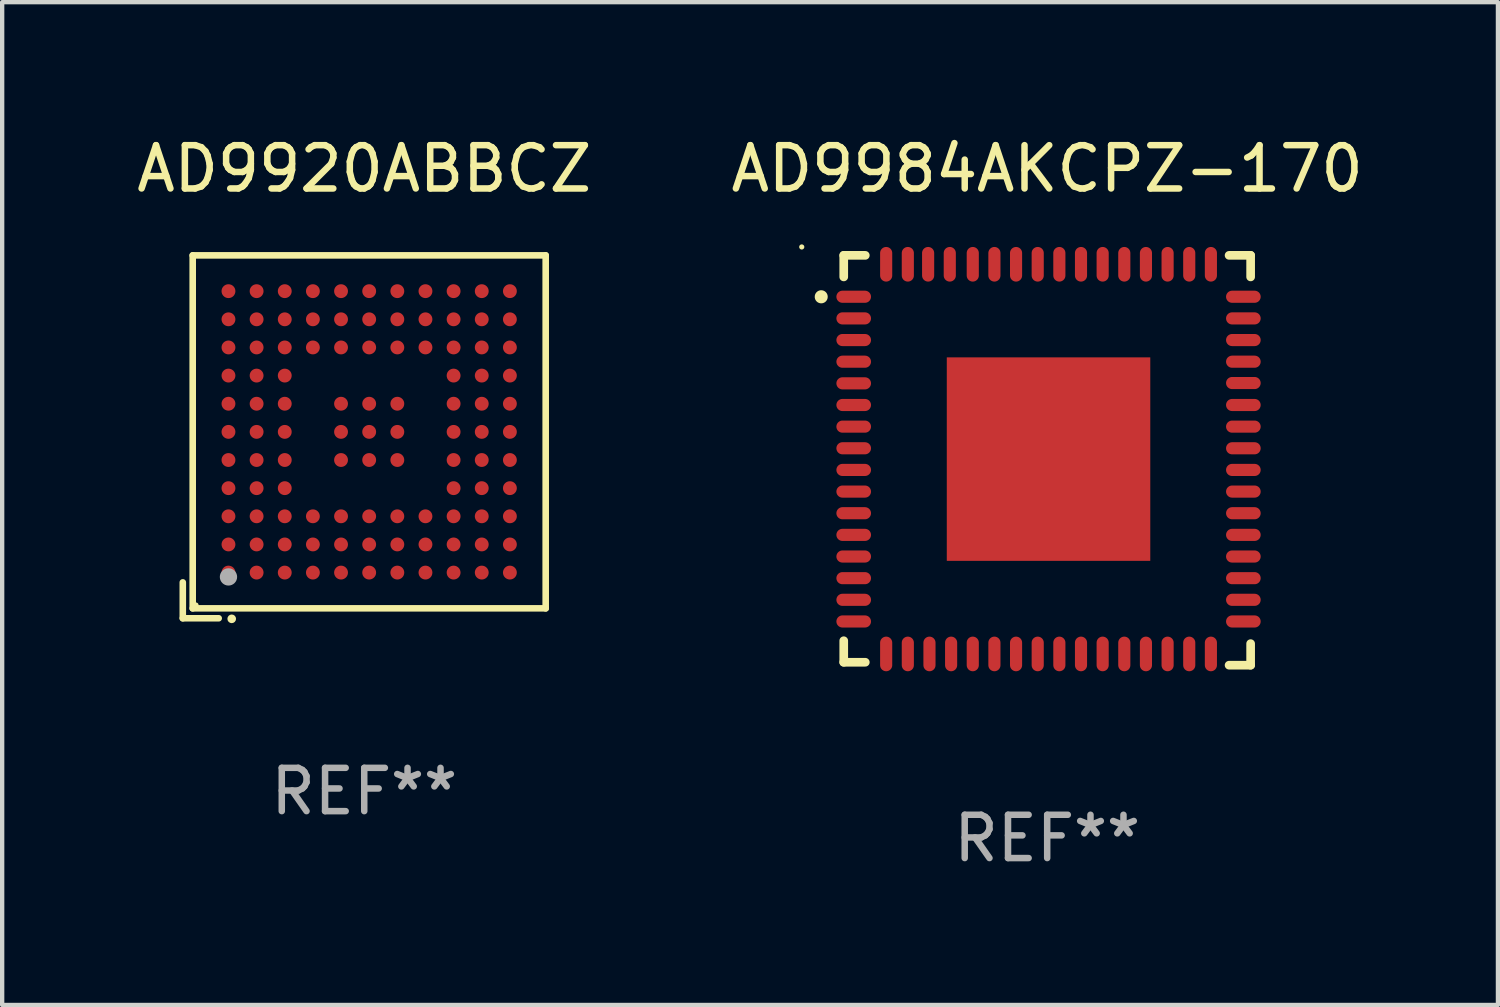
<source format=kicad_pcb>
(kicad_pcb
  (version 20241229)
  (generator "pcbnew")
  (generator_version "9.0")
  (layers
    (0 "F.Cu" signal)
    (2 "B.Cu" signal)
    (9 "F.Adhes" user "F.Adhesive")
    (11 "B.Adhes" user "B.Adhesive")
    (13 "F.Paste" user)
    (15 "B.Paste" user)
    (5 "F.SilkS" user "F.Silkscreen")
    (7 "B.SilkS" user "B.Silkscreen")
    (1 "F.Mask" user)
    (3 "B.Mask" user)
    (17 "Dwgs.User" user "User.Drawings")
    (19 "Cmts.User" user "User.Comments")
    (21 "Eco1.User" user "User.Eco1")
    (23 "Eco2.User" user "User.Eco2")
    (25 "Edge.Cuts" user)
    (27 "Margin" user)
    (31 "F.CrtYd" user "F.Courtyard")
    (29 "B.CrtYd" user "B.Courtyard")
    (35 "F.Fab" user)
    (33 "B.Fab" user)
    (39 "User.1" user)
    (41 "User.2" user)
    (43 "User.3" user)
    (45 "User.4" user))
  (footprint "AD9920ABBCZ"
    (layer "F.Cu")
    (at 5.363 7.039)
    (property "Reference" "AD9920ABBCZ" (at 0 -6.191 0) (layer "F.SilkS") (effects (font (size 1 1) (thickness 0.15))))
    (attr through_hole)
    (fp_line (start -4.191 3.362) (end -4.191 4.191) (stroke (width 0.152) (type solid)) (layer "F.SilkS"))
    (fp_line (start -4.191 4.191) (end -3.362 4.191) (stroke (width 0.152) (type solid)) (layer "F.SilkS"))
    (fp_line (start -3.962 -4.191) (end 4.191 -4.191) (stroke (width 0.152) (type solid)) (layer "F.SilkS"))
    (fp_line (start -3.962 3.962) (end -3.962 -4.191) (stroke (width 0.152) (type solid)) (layer "F.SilkS"))
    (fp_line (start 4.191 -4.191) (end 4.191 3.962) (stroke (width 0.152) (type solid)) (layer "F.SilkS"))
    (fp_line (start 4.191 3.962) (end -3.962 3.962) (stroke (width 0.152) (type solid)) (layer "F.SilkS"))
    (fp_circle (center -3.886 3.886) (end -3.856 3.886) (stroke (width 0.06) (type solid)) (fill no) (layer "F.SilkS"))
    (fp_circle (center -3.061 4.204) (end -3.011 4.204) (stroke (width 0.1) (type solid)) (fill no) (layer "F.SilkS"))
    (fp_circle (center -3.136 3.236) (end -3.036 3.236) (stroke (width 0.2) (type solid)) (fill no) (layer "F.Fab"))
    (fp_text user "REF**" (at 0 8.191 0) (layer "F.Fab") (effects (font (size 1 1) (thickness 0.15))))
    (pad "A1" smd circle (at -3.136 3.136) (size 0.32 0.32) (layers "F.Cu" "F.Mask" "F.Paste"))
    (pad "A2" smd circle (at -3.136 2.486) (size 0.32 0.32) (layers "F.Cu" "F.Mask" "F.Paste"))
    (pad "A3" smd circle (at -3.136 1.836) (size 0.32 0.32) (layers "F.Cu" "F.Mask" "F.Paste"))
    (pad "A4" smd circle (at -3.136 1.186) (size 0.32 0.32) (layers "F.Cu" "F.Mask" "F.Paste"))
    (pad "A5" smd circle (at -3.136 0.536) (size 0.32 0.32) (layers "F.Cu" "F.Mask" "F.Paste"))
    (pad "A6" smd circle (at -3.136 -0.114) (size 0.32 0.32) (layers "F.Cu" "F.Mask" "F.Paste"))
    (pad "A7" smd circle (at -3.136 -0.764) (size 0.32 0.32) (layers "F.Cu" "F.Mask" "F.Paste"))
    (pad "A8" smd circle (at -3.136 -1.414) (size 0.32 0.32) (layers "F.Cu" "F.Mask" "F.Paste"))
    (pad "A9" smd circle (at -3.136 -2.064) (size 0.32 0.32) (layers "F.Cu" "F.Mask" "F.Paste"))
    (pad "A10" smd circle (at -3.136 -2.714) (size 0.32 0.32) (layers "F.Cu" "F.Mask" "F.Paste"))
    (pad "A11" smd circle (at -3.136 -3.364) (size 0.32 0.32) (layers "F.Cu" "F.Mask" "F.Paste"))
    (pad "B1" smd circle (at -2.486 3.136) (size 0.32 0.32) (layers "F.Cu" "F.Mask" "F.Paste"))
    (pad "B2" smd circle (at -2.486 2.486) (size 0.32 0.32) (layers "F.Cu" "F.Mask" "F.Paste"))
    (pad "B3" smd circle (at -2.486 1.836) (size 0.32 0.32) (layers "F.Cu" "F.Mask" "F.Paste"))
    (pad "B4" smd circle (at -2.486 1.186) (size 0.32 0.32) (layers "F.Cu" "F.Mask" "F.Paste"))
    (pad "B5" smd circle (at -2.486 0.536) (size 0.32 0.32) (layers "F.Cu" "F.Mask" "F.Paste"))
    (pad "B6" smd circle (at -2.486 -0.114) (size 0.32 0.32) (layers "F.Cu" "F.Mask" "F.Paste"))
    (pad "B7" smd circle (at -2.486 -0.764) (size 0.32 0.32) (layers "F.Cu" "F.Mask" "F.Paste"))
    (pad "B8" smd circle (at -2.486 -1.414) (size 0.32 0.32) (layers "F.Cu" "F.Mask" "F.Paste"))
    (pad "B9" smd circle (at -2.486 -2.064) (size 0.32 0.32) (layers "F.Cu" "F.Mask" "F.Paste"))
    (pad "B10" smd circle (at -2.486 -2.714) (size 0.32 0.32) (layers "F.Cu" "F.Mask" "F.Paste"))
    (pad "B11" smd circle (at -2.486 -3.364) (size 0.32 0.32) (layers "F.Cu" "F.Mask" "F.Paste"))
    (pad "C1" smd circle (at -1.836 3.136) (size 0.32 0.32) (layers "F.Cu" "F.Mask" "F.Paste"))
    (pad "C2" smd circle (at -1.836 2.486) (size 0.32 0.32) (layers "F.Cu" "F.Mask" "F.Paste"))
    (pad "C3" smd circle (at -1.836 1.836) (size 0.32 0.32) (layers "F.Cu" "F.Mask" "F.Paste"))
    (pad "C4" smd circle (at -1.836 1.186) (size 0.32 0.32) (layers "F.Cu" "F.Mask" "F.Paste"))
    (pad "C5" smd circle (at -1.836 0.536) (size 0.32 0.32) (layers "F.Cu" "F.Mask" "F.Paste"))
    (pad "C6" smd circle (at -1.836 -0.114) (size 0.32 0.32) (layers "F.Cu" "F.Mask" "F.Paste"))
    (pad "C7" smd circle (at -1.836 -0.764) (size 0.32 0.32) (layers "F.Cu" "F.Mask" "F.Paste"))
    (pad "C8" smd circle (at -1.836 -1.414) (size 0.32 0.32) (layers "F.Cu" "F.Mask" "F.Paste"))
    (pad "C9" smd circle (at -1.836 -2.064) (size 0.32 0.32) (layers "F.Cu" "F.Mask" "F.Paste"))
    (pad "C10" smd circle (at -1.836 -2.714) (size 0.32 0.32) (layers "F.Cu" "F.Mask" "F.Paste"))
    (pad "C11" smd circle (at -1.836 -3.364) (size 0.32 0.32) (layers "F.Cu" "F.Mask" "F.Paste"))
    (pad "D1" smd circle (at -1.186 3.136) (size 0.32 0.32) (layers "F.Cu" "F.Mask" "F.Paste"))
    (pad "D2" smd circle (at -1.186 2.486) (size 0.32 0.32) (layers "F.Cu" "F.Mask" "F.Paste"))
    (pad "D3" smd circle (at -1.186 1.836) (size 0.32 0.32) (layers "F.Cu" "F.Mask" "F.Paste"))
    (pad "D9" smd circle (at -1.186 -2.064) (size 0.32 0.32) (layers "F.Cu" "F.Mask" "F.Paste"))
    (pad "D10" smd circle (at -1.186 -2.714) (size 0.32 0.32) (layers "F.Cu" "F.Mask" "F.Paste"))
    (pad "D11" smd circle (at -1.186 -3.364) (size 0.32 0.32) (layers "F.Cu" "F.Mask" "F.Paste"))
    (pad "E1" smd circle (at -0.536 3.136) (size 0.32 0.32) (layers "F.Cu" "F.Mask" "F.Paste"))
    (pad "E2" smd circle (at -0.536 2.486) (size 0.32 0.32) (layers "F.Cu" "F.Mask" "F.Paste"))
    (pad "E3" smd circle (at -0.536 1.836) (size 0.32 0.32) (layers "F.Cu" "F.Mask" "F.Paste"))
    (pad "E5" smd circle (at -0.536 0.536) (size 0.32 0.32) (layers "F.Cu" "F.Mask" "F.Paste"))
    (pad "E6" smd circle (at -0.536 -0.114) (size 0.32 0.32) (layers "F.Cu" "F.Mask" "F.Paste"))
    (pad "E7" smd circle (at -0.536 -0.764) (size 0.32 0.32) (layers "F.Cu" "F.Mask" "F.Paste"))
    (pad "E9" smd circle (at -0.536 -2.064) (size 0.32 0.32) (layers "F.Cu" "F.Mask" "F.Paste"))
    (pad "E10" smd circle (at -0.536 -2.714) (size 0.32 0.32) (layers "F.Cu" "F.Mask" "F.Paste"))
    (pad "E11" smd circle (at -0.536 -3.364) (size 0.32 0.32) (layers "F.Cu" "F.Mask" "F.Paste"))
    (pad "F1" smd circle (at 0.114 3.136) (size 0.32 0.32) (layers "F.Cu" "F.Mask" "F.Paste"))
    (pad "F2" smd circle (at 0.114 2.486) (size 0.32 0.32) (layers "F.Cu" "F.Mask" "F.Paste"))
    (pad "F3" smd circle (at 0.114 1.836) (size 0.32 0.32) (layers "F.Cu" "F.Mask" "F.Paste"))
    (pad "F5" smd circle (at 0.114 0.536) (size 0.32 0.32) (layers "F.Cu" "F.Mask" "F.Paste"))
    (pad "F6" smd circle (at 0.114 -0.114) (size 0.32 0.32) (layers "F.Cu" "F.Mask" "F.Paste"))
    (pad "F7" smd circle (at 0.114 -0.764) (size 0.32 0.32) (layers "F.Cu" "F.Mask" "F.Paste"))
    (pad "F9" smd circle (at 0.114 -2.064) (size 0.32 0.32) (layers "F.Cu" "F.Mask" "F.Paste"))
    (pad "F10" smd circle (at 0.114 -2.714) (size 0.32 0.32) (layers "F.Cu" "F.Mask" "F.Paste"))
    (pad "F11" smd circle (at 0.114 -3.364) (size 0.32 0.32) (layers "F.Cu" "F.Mask" "F.Paste"))
    (pad "G1" smd circle (at 0.764 3.136) (size 0.32 0.32) (layers "F.Cu" "F.Mask" "F.Paste"))
    (pad "G2" smd circle (at 0.764 2.486) (size 0.32 0.32) (layers "F.Cu" "F.Mask" "F.Paste"))
    (pad "G3" smd circle (at 0.764 1.836) (size 0.32 0.32) (layers "F.Cu" "F.Mask" "F.Paste"))
    (pad "G5" smd circle (at 0.764 0.536) (size 0.32 0.32) (layers "F.Cu" "F.Mask" "F.Paste"))
    (pad "G6" smd circle (at 0.764 -0.114) (size 0.32 0.32) (layers "F.Cu" "F.Mask" "F.Paste"))
    (pad "G7" smd circle (at 0.764 -0.764) (size 0.32 0.32) (layers "F.Cu" "F.Mask" "F.Paste"))
    (pad "G9" smd circle (at 0.764 -2.064) (size 0.32 0.32) (layers "F.Cu" "F.Mask" "F.Paste"))
    (pad "G10" smd circle (at 0.764 -2.714) (size 0.32 0.32) (layers "F.Cu" "F.Mask" "F.Paste"))
    (pad "G11" smd circle (at 0.764 -3.364) (size 0.32 0.32) (layers "F.Cu" "F.Mask" "F.Paste"))
    (pad "H1" smd circle (at 1.414 3.136) (size 0.32 0.32) (layers "F.Cu" "F.Mask" "F.Paste"))
    (pad "H2" smd circle (at 1.414 2.486) (size 0.32 0.32) (layers "F.Cu" "F.Mask" "F.Paste"))
    (pad "H3" smd circle (at 1.414 1.836) (size 0.32 0.32) (layers "F.Cu" "F.Mask" "F.Paste"))
    (pad "H9" smd circle (at 1.414 -2.064) (size 0.32 0.32) (layers "F.Cu" "F.Mask" "F.Paste"))
    (pad "H10" smd circle (at 1.414 -2.714) (size 0.32 0.32) (layers "F.Cu" "F.Mask" "F.Paste"))
    (pad "H11" smd circle (at 1.414 -3.364) (size 0.32 0.32) (layers "F.Cu" "F.Mask" "F.Paste"))
    (pad "J1" smd circle (at 2.064 3.136) (size 0.32 0.32) (layers "F.Cu" "F.Mask" "F.Paste"))
    (pad "J2" smd circle (at 2.064 2.486) (size 0.32 0.32) (layers "F.Cu" "F.Mask" "F.Paste"))
    (pad "J3" smd circle (at 2.064 1.836) (size 0.32 0.32) (layers "F.Cu" "F.Mask" "F.Paste"))
    (pad "J4" smd circle (at 2.064 1.186) (size 0.32 0.32) (layers "F.Cu" "F.Mask" "F.Paste"))
    (pad "J5" smd circle (at 2.064 0.536) (size 0.32 0.32) (layers "F.Cu" "F.Mask" "F.Paste"))
    (pad "J6" smd circle (at 2.064 -0.114) (size 0.32 0.32) (layers "F.Cu" "F.Mask" "F.Paste"))
    (pad "J7" smd circle (at 2.064 -0.764) (size 0.32 0.32) (layers "F.Cu" "F.Mask" "F.Paste"))
    (pad "J8" smd circle (at 2.064 -1.414) (size 0.32 0.32) (layers "F.Cu" "F.Mask" "F.Paste"))
    (pad "J9" smd circle (at 2.064 -2.064) (size 0.32 0.32) (layers "F.Cu" "F.Mask" "F.Paste"))
    (pad "J10" smd circle (at 2.064 -2.714) (size 0.32 0.32) (layers "F.Cu" "F.Mask" "F.Paste"))
    (pad "J11" smd circle (at 2.064 -3.364) (size 0.32 0.32) (layers "F.Cu" "F.Mask" "F.Paste"))
    (pad "K1" smd circle (at 2.714 3.136) (size 0.32 0.32) (layers "F.Cu" "F.Mask" "F.Paste"))
    (pad "K2" smd circle (at 2.714 2.486) (size 0.32 0.32) (layers "F.Cu" "F.Mask" "F.Paste"))
    (pad "K3" smd circle (at 2.714 1.836) (size 0.32 0.32) (layers "F.Cu" "F.Mask" "F.Paste"))
    (pad "K4" smd circle (at 2.714 1.186) (size 0.32 0.32) (layers "F.Cu" "F.Mask" "F.Paste"))
    (pad "K5" smd circle (at 2.714 0.536) (size 0.32 0.32) (layers "F.Cu" "F.Mask" "F.Paste"))
    (pad "K6" smd circle (at 2.714 -0.114) (size 0.32 0.32) (layers "F.Cu" "F.Mask" "F.Paste"))
    (pad "K7" smd circle (at 2.714 -0.764) (size 0.32 0.32) (layers "F.Cu" "F.Mask" "F.Paste"))
    (pad "K8" smd circle (at 2.714 -1.414) (size 0.32 0.32) (layers "F.Cu" "F.Mask" "F.Paste"))
    (pad "K9" smd circle (at 2.714 -2.064) (size 0.32 0.32) (layers "F.Cu" "F.Mask" "F.Paste"))
    (pad "K10" smd circle (at 2.714 -2.714) (size 0.32 0.32) (layers "F.Cu" "F.Mask" "F.Paste"))
    (pad "K11" smd circle (at 2.714 -3.364) (size 0.32 0.32) (layers "F.Cu" "F.Mask" "F.Paste"))
    (pad "L1" smd circle (at 3.364 3.136) (size 0.32 0.32) (layers "F.Cu" "F.Mask" "F.Paste"))
    (pad "L2" smd circle (at 3.364 2.486) (size 0.32 0.32) (layers "F.Cu" "F.Mask" "F.Paste"))
    (pad "L3" smd circle (at 3.364 1.836) (size 0.32 0.32) (layers "F.Cu" "F.Mask" "F.Paste"))
    (pad "L4" smd circle (at 3.364 1.186) (size 0.32 0.32) (layers "F.Cu" "F.Mask" "F.Paste"))
    (pad "L5" smd circle (at 3.364 0.536) (size 0.32 0.32) (layers "F.Cu" "F.Mask" "F.Paste"))
    (pad "L6" smd circle (at 3.364 -0.114) (size 0.32 0.32) (layers "F.Cu" "F.Mask" "F.Paste"))
    (pad "L7" smd circle (at 3.364 -0.764) (size 0.32 0.32) (layers "F.Cu" "F.Mask" "F.Paste"))
    (pad "L8" smd circle (at 3.364 -1.414) (size 0.32 0.32) (layers "F.Cu" "F.Mask" "F.Paste"))
    (pad "L9" smd circle (at 3.364 -2.064) (size 0.32 0.32) (layers "F.Cu" "F.Mask" "F.Paste"))
    (pad "L10" smd circle (at 3.364 -2.714) (size 0.32 0.32) (layers "F.Cu" "F.Mask" "F.Paste"))
    (pad "L11" smd circle (at 3.364 -3.364) (size 0.32 0.32) (layers "F.Cu" "F.Mask" "F.Paste")))
  (footprint "AD9984AKCPZ-170"
    (layer "F.Cu")
    (at 21.137 7.581)
    (property "Reference" "AD9984AKCPZ-170" (at 0 -6.733 0) (layer "F.SilkS") (effects (font (size 1 1) (thickness 0.15))))
    (attr through_hole)
    (fp_line (start -4.699 -4.733) (end -4.201 -4.733) (stroke (width 0.2) (type solid)) (layer "F.SilkS"))
    (fp_line (start -4.699 -4.235) (end -4.699 -4.733) (stroke (width 0.2) (type solid)) (layer "F.SilkS"))
    (fp_line (start -4.699 4.168) (end -4.699 4.665) (stroke (width 0.2) (type solid)) (layer "F.SilkS"))
    (fp_line (start -4.699 4.665) (end -4.201 4.665) (stroke (width 0.2) (type solid)) (layer "F.SilkS"))
    (fp_line (start 4.201 -4.733) (end 4.699 -4.733) (stroke (width 0.2) (type solid)) (layer "F.SilkS"))
    (fp_line (start 4.201 4.733) (end 4.699 4.733) (stroke (width 0.2) (type solid)) (layer "F.SilkS"))
    (fp_line (start 4.699 -4.733) (end 4.699 -4.235) (stroke (width 0.2) (type solid)) (layer "F.SilkS"))
    (fp_line (start 4.699 4.733) (end 4.699 4.235) (stroke (width 0.2) (type solid)) (layer "F.SilkS"))
    (fp_arc (start -5.219304 -3.774867) (mid -5.219309 -3.776137) (end -5.219304 -3.777407) (stroke (width 0.3) (type solid)) (layer "F.SilkS"))
    (fp_circle (center -5.669 -4.927) (end -5.639 -4.927) (stroke (width 0.06) (type solid)) (fill no) (layer "F.SilkS"))
    (fp_text user "REF**" (at 0 8.733 0) (layer "F.Fab") (effects (font (size 1 1) (thickness 0.15))))
    (pad "1" smd oval (at -4.469 -3.777 90) (size 0.28 0.8) (layers "F.Cu" "F.Mask" "F.Paste"))
    (pad "2" smd oval (at -4.469 -3.277 90) (size 0.28 0.8) (layers "F.Cu" "F.Mask" "F.Paste"))
    (pad "3" smd oval (at -4.469 -2.777 90) (size 0.28 0.8) (layers "F.Cu" "F.Mask" "F.Paste"))
    (pad "4" smd oval (at -4.469 -2.277 90) (size 0.28 0.8) (layers "F.Cu" "F.Mask" "F.Paste"))
    (pad "5" smd oval (at -4.469 -1.777 90) (size 0.28 0.8) (layers "F.Cu" "F.Mask" "F.Paste"))
    (pad "6" smd oval (at -4.469 -1.277 90) (size 0.28 0.8) (layers "F.Cu" "F.Mask" "F.Paste"))
    (pad "7" smd oval (at -4.469 -0.777 90) (size 0.28 0.8) (layers "F.Cu" "F.Mask" "F.Paste"))
    (pad "8" smd oval (at -4.469 -0.277 90) (size 0.28 0.8) (layers "F.Cu" "F.Mask" "F.Paste"))
    (pad "9" smd oval (at -4.469 0.223 90) (size 0.28 0.8) (layers "F.Cu" "F.Mask" "F.Paste"))
    (pad "10" smd oval (at -4.469 0.723 90) (size 0.28 0.8) (layers "F.Cu" "F.Mask" "F.Paste"))
    (pad "11" smd oval (at -4.469 1.223 90) (size 0.28 0.8) (layers "F.Cu" "F.Mask" "F.Paste"))
    (pad "12" smd oval (at -4.469 1.723 90) (size 0.28 0.8) (layers "F.Cu" "F.Mask" "F.Paste"))
    (pad "13" smd oval (at -4.469 2.223 90) (size 0.28 0.8) (layers "F.Cu" "F.Mask" "F.Paste"))
    (pad "14" smd oval (at -4.469 2.723 90) (size 0.28 0.8) (layers "F.Cu" "F.Mask" "F.Paste"))
    (pad "15" smd oval (at -4.469 3.223 90) (size 0.28 0.8) (layers "F.Cu" "F.Mask" "F.Paste"))
    (pad "16" smd oval (at -4.469 3.723 90) (size 0.28 0.8) (layers "F.Cu" "F.Mask" "F.Paste"))
    (pad "17" smd oval (at -3.719 4.473 180) (size 0.28 0.8) (layers "F.Cu" "F.Mask" "F.Paste"))
    (pad "18" smd oval (at -3.219 4.473 180) (size 0.28 0.8) (layers "F.Cu" "F.Mask" "F.Paste"))
    (pad "19" smd oval (at -2.719 4.473 180) (size 0.28 0.8) (layers "F.Cu" "F.Mask" "F.Paste"))
    (pad "20" smd oval (at -2.219 4.473 180) (size 0.28 0.8) (layers "F.Cu" "F.Mask" "F.Paste"))
    (pad "21" smd oval (at -1.719 4.473 180) (size 0.28 0.8) (layers "F.Cu" "F.Mask" "F.Paste"))
    (pad "22" smd oval (at -1.219 4.473 180) (size 0.28 0.8) (layers "F.Cu" "F.Mask" "F.Paste"))
    (pad "23" smd oval (at -0.719 4.473 180) (size 0.28 0.8) (layers "F.Cu" "F.Mask" "F.Paste"))
    (pad "24" smd oval (at -0.219 4.473 180) (size 0.28 0.8) (layers "F.Cu" "F.Mask" "F.Paste"))
    (pad "25" smd oval (at 0.281 4.473 180) (size 0.28 0.8) (layers "F.Cu" "F.Mask" "F.Paste"))
    (pad "26" smd oval (at 0.781 4.473 180) (size 0.28 0.8) (layers "F.Cu" "F.Mask" "F.Paste"))
    (pad "27" smd oval (at 1.281 4.473 180) (size 0.28 0.8) (layers "F.Cu" "F.Mask" "F.Paste"))
    (pad "28" smd oval (at 1.781 4.473 180) (size 0.28 0.8) (layers "F.Cu" "F.Mask" "F.Paste"))
    (pad "29" smd oval (at 2.281 4.473 180) (size 0.28 0.8) (layers "F.Cu" "F.Mask" "F.Paste"))
    (pad "30" smd oval (at 2.781 4.473 180) (size 0.28 0.8) (layers "F.Cu" "F.Mask" "F.Paste"))
    (pad "31" smd oval (at 3.281 4.473 180) (size 0.28 0.8) (layers "F.Cu" "F.Mask" "F.Paste"))
    (pad "32" smd oval (at 3.781 4.473 180) (size 0.28 0.8) (layers "F.Cu" "F.Mask" "F.Paste"))
    (pad "33" smd oval (at 4.531 3.723 270) (size 0.28 0.8) (layers "F.Cu" "F.Mask" "F.Paste"))
    (pad "34" smd oval (at 4.531 3.223 270) (size 0.28 0.8) (layers "F.Cu" "F.Mask" "F.Paste"))
    (pad "35" smd oval (at 4.531 2.723 270) (size 0.28 0.8) (layers "F.Cu" "F.Mask" "F.Paste"))
    (pad "36" smd oval (at 4.531 2.223 270) (size 0.28 0.8) (layers "F.Cu" "F.Mask" "F.Paste"))
    (pad "37" smd oval (at 4.531 1.723 270) (size 0.28 0.8) (layers "F.Cu" "F.Mask" "F.Paste"))
    (pad "38" smd oval (at 4.531 1.223 270) (size 0.28 0.8) (layers "F.Cu" "F.Mask" "F.Paste"))
    (pad "39" smd oval (at 4.531 0.723 270) (size 0.28 0.8) (layers "F.Cu" "F.Mask" "F.Paste"))
    (pad "40" smd oval (at 4.531 0.223 270) (size 0.28 0.8) (layers "F.Cu" "F.Mask" "F.Paste"))
    (pad "41" smd oval (at 4.531 -0.277 270) (size 0.28 0.8) (layers "F.Cu" "F.Mask" "F.Paste"))
    (pad "42" smd oval (at 4.531 -0.777 270) (size 0.28 0.8) (layers "F.Cu" "F.Mask" "F.Paste"))
    (pad "43" smd oval (at 4.531 -1.277 270) (size 0.28 0.8) (layers "F.Cu" "F.Mask" "F.Paste"))
    (pad "44" smd oval (at 4.531 -1.784 270) (size 0.28 0.8) (layers "F.Cu" "F.Mask" "F.Paste"))
    (pad "45" smd oval (at 4.531 -2.277 270) (size 0.28 0.8) (layers "F.Cu" "F.Mask" "F.Paste"))
    (pad "46" smd oval (at 4.531 -2.777 270) (size 0.28 0.8) (layers "F.Cu" "F.Mask" "F.Paste"))
    (pad "47" smd oval (at 4.531 -3.277 270) (size 0.28 0.8) (layers "F.Cu" "F.Mask" "F.Paste"))
    (pad "48" smd oval (at 4.531 -3.777 270) (size 0.28 0.8) (layers "F.Cu" "F.Mask" "F.Paste"))
    (pad "49" smd oval (at 3.781 -4.527) (size 0.28 0.8) (layers "F.Cu" "F.Mask" "F.Paste"))
    (pad "50" smd oval (at 3.281 -4.527) (size 0.28 0.8) (layers "F.Cu" "F.Mask" "F.Paste"))
    (pad "51" smd oval (at 2.781 -4.527) (size 0.28 0.8) (layers "F.Cu" "F.Mask" "F.Paste"))
    (pad "52" smd oval (at 2.281 -4.527) (size 0.28 0.8) (layers "F.Cu" "F.Mask" "F.Paste"))
    (pad "53" smd oval (at 1.781 -4.527) (size 0.28 0.8) (layers "F.Cu" "F.Mask" "F.Paste"))
    (pad "54" smd oval (at 1.281 -4.527) (size 0.28 0.8) (layers "F.Cu" "F.Mask" "F.Paste"))
    (pad "55" smd oval (at 0.781 -4.527) (size 0.28 0.8) (layers "F.Cu" "F.Mask" "F.Paste"))
    (pad "56" smd oval (at 0.281 -4.527) (size 0.28 0.8) (layers "F.Cu" "F.Mask" "F.Paste"))
    (pad "57" smd oval (at -0.219 -4.527) (size 0.28 0.8) (layers "F.Cu" "F.Mask" "F.Paste"))
    (pad "58" smd oval (at -0.719 -4.527) (size 0.28 0.8) (layers "F.Cu" "F.Mask" "F.Paste"))
    (pad "59" smd oval (at -1.219 -4.527) (size 0.28 0.8) (layers "F.Cu" "F.Mask" "F.Paste"))
    (pad "60" smd oval (at -1.719 -4.527) (size 0.28 0.8) (layers "F.Cu" "F.Mask" "F.Paste"))
    (pad "61" smd oval (at -2.25 -4.527) (size 0.28 0.8) (layers "F.Cu" "F.Mask" "F.Paste"))
    (pad "62" smd oval (at -2.75 -4.527) (size 0.28 0.8) (layers "F.Cu" "F.Mask" "F.Paste"))
    (pad "63" smd oval (at -3.219 -4.527) (size 0.28 0.8) (layers "F.Cu" "F.Mask" "F.Paste"))
    (pad "64" smd oval (at -3.719 -4.527) (size 0.28 0.8) (layers "F.Cu" "F.Mask" "F.Paste"))
    (pad "65" smd rect (at 0.031 -0.027) (size 4.7 4.7) (layers "F.Cu" "F.Mask" "F.Paste")))
  (gr_rect
    (start -3 -3)
    (end 31.548 20.162)
    (stroke (width 0.1) (type default))
    (fill no)
    (layer "Edge.Cuts")))
</source>
